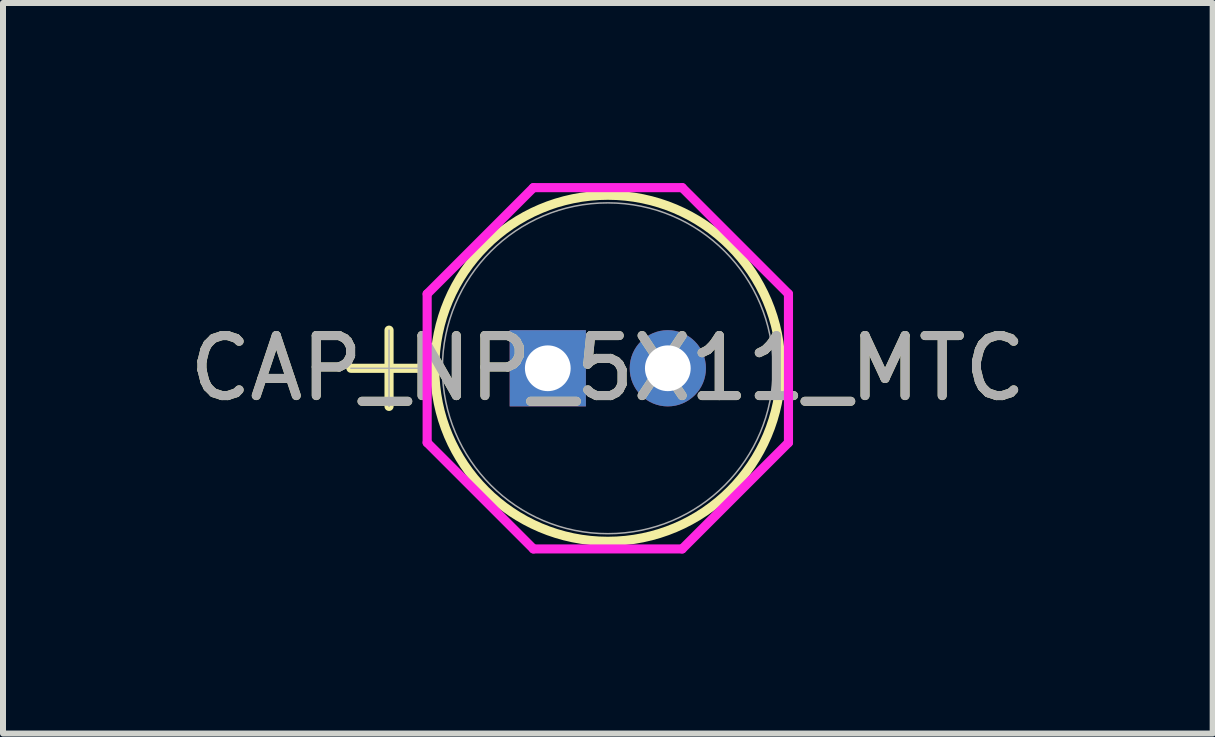
<source format=kicad_pcb>
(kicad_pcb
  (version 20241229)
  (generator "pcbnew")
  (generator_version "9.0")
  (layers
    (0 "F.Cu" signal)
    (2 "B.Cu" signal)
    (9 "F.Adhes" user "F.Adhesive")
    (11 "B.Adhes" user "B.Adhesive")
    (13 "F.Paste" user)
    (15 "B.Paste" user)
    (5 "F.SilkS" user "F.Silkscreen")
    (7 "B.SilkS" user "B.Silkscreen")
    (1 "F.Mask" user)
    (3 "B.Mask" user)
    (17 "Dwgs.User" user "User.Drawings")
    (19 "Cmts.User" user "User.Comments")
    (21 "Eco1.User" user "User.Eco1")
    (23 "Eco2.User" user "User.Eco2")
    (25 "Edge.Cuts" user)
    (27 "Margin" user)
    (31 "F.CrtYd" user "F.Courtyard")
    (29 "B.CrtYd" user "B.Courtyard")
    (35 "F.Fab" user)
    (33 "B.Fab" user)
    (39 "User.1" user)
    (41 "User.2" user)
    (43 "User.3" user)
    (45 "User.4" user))
  (footprint "CAP_NP_5X11_MTC"
    (layer "F.Cu")
    (at 6.077 3.086)
    (property "Reference" "CAP_NP_5X11_MTC" (at 1 0 0) (unlocked yes) (layer "F.SilkS") (effects (font (size 1 1) (thickness 0.15))))
    (attr through_hole)
    (fp_line (start -3.28 0) (end -2.01 0) (stroke (width 0.152) (type solid)) (layer "F.SilkS"))
    (fp_line (start -2.645 -0.635) (end -2.645 0.635) (stroke (width 0.152) (type solid)) (layer "F.SilkS"))
    (fp_circle (center 1 0) (end 3.883 0) (stroke (width 0.152) (type solid)) (fill no) (layer "F.SilkS"))
    (fp_line (start -2.01 -1.239) (end -0.239 -3.01) (stroke (width 0.152) (type solid)) (layer "F.CrtYd"))
    (fp_line (start -2.01 1.239) (end -2.01 -1.239) (stroke (width 0.152) (type solid)) (layer "F.CrtYd"))
    (fp_line (start -0.239 -3.01) (end 2.239 -3.01) (stroke (width 0.152) (type solid)) (layer "F.CrtYd"))
    (fp_line (start -0.239 3.01) (end -2.01 1.239) (stroke (width 0.152) (type solid)) (layer "F.CrtYd"))
    (fp_line (start 2.239 -3.01) (end 4.01 -1.239) (stroke (width 0.152) (type solid)) (layer "F.CrtYd"))
    (fp_line (start 2.239 3.01) (end -0.239 3.01) (stroke (width 0.152) (type solid)) (layer "F.CrtYd"))
    (fp_line (start 4.01 -1.239) (end 4.01 1.239) (stroke (width 0.152) (type solid)) (layer "F.CrtYd"))
    (fp_line (start 4.01 1.239) (end 2.239 3.01) (stroke (width 0.152) (type solid)) (layer "F.CrtYd"))
    (fp_line (start -3.28 0) (end -2.01 0) (stroke (width 0.025) (type solid)) (layer "F.Fab"))
    (fp_line (start -2.645 -0.635) (end -2.645 0.635) (stroke (width 0.025) (type solid)) (layer "F.Fab"))
    (fp_circle (center 1 0) (end 3.756 0) (stroke (width 0.025) (type solid)) (fill no) (layer "F.Fab"))
    (fp_text user "${REFERENCE}" (at 1 0 0) (unlocked yes) (layer "F.Fab") (effects (font (size 1 1) (thickness 0.15))))
    (pad "1" thru_hole rect (at 0 0) (size 1.27 1.27) (drill 0.762) (layers "*.Cu" "*.Mask"))
    (pad "2" thru_hole circle (at 2 0) (size 1.27 1.27) (drill 0.762) (layers "*.Cu" "*.Mask")))
  (gr_rect
    (start -3 -3)
    (end 17.155 9.172)
    (stroke (width 0.1) (type default))
    (fill no)
    (layer "Edge.Cuts")))
</source>
